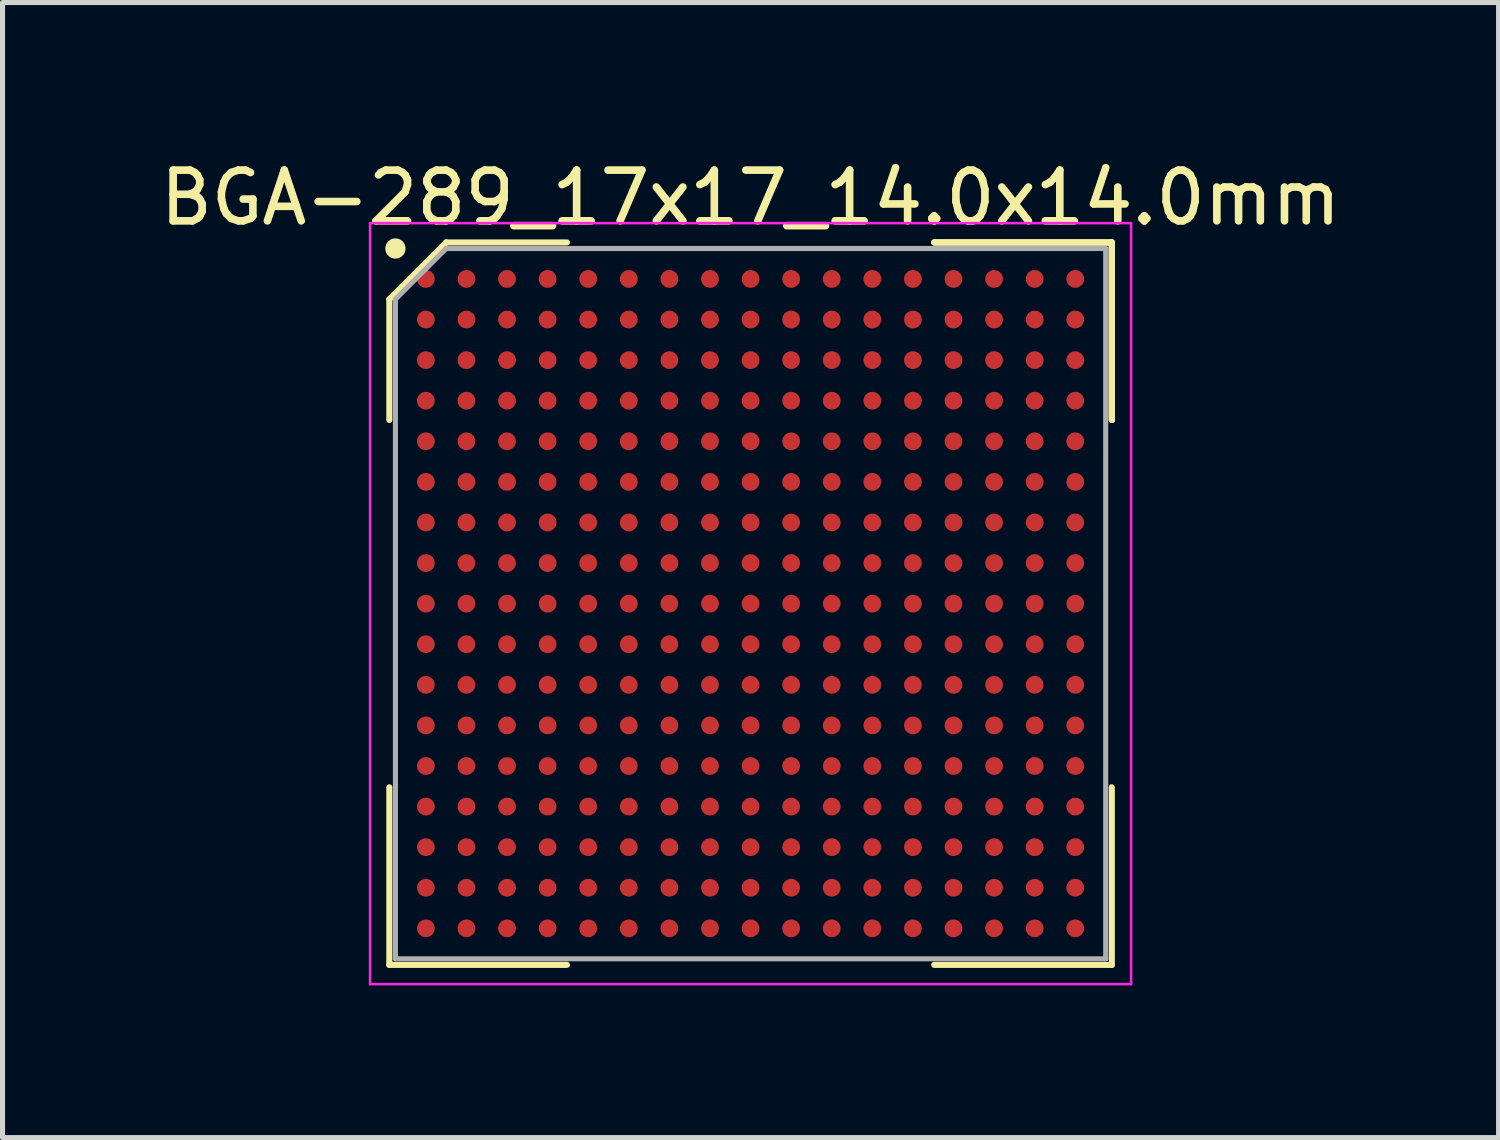
<source format=kicad_pcb>
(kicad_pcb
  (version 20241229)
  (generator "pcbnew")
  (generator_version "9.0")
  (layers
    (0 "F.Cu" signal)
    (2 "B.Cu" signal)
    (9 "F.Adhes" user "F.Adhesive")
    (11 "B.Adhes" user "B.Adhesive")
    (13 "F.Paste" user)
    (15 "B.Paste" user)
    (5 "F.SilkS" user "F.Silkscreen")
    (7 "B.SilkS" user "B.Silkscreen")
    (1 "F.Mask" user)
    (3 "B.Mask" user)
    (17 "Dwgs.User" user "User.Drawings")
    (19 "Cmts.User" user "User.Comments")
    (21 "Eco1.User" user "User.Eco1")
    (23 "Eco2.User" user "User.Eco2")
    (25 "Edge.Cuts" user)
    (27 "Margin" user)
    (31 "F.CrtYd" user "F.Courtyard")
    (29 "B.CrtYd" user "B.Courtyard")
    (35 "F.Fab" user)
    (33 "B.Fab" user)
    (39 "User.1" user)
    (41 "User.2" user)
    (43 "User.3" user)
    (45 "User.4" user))
  (footprint "BGA-289_17x17_14.0x14.0mm"
    (layer "F.Cu")
    (at 11.744 8.848)
    (property "Reference" "BGA-289_17x17_14.0x14.0mm" (at 0 -8 0) (layer "F.SilkS") (effects (font (size 1 1) (thickness 0.15))))
    (attr smd)
    (fp_line (start -7.12 -6) (end -7.12 -3.62) (stroke (width 0.12) (type solid)) (layer "F.SilkS"))
    (fp_line (start -7.12 7.12) (end -7.12 3.62) (stroke (width 0.12) (type solid)) (layer "F.SilkS"))
    (fp_line (start -6 -7.12) (end -7.12 -6) (stroke (width 0.12) (type solid)) (layer "F.SilkS"))
    (fp_line (start -3.62 -7.12) (end -6 -7.12) (stroke (width 0.12) (type solid)) (layer "F.SilkS"))
    (fp_line (start -3.62 7.12) (end -7.12 7.12) (stroke (width 0.12) (type solid)) (layer "F.SilkS"))
    (fp_line (start 3.62 -7.12) (end 7.12 -7.12) (stroke (width 0.12) (type solid)) (layer "F.SilkS"))
    (fp_line (start 3.62 -7.12) (end 7.12 -7.12) (stroke (width 0.12) (type solid)) (layer "F.SilkS"))
    (fp_line (start 3.62 -7.12) (end 7.12 -7.12) (stroke (width 0.12) (type solid)) (layer "F.SilkS"))
    (fp_line (start 3.62 7.12) (end 7.12 7.12) (stroke (width 0.12) (type solid)) (layer "F.SilkS"))
    (fp_line (start 7.12 -7.12) (end 7.12 -3.62) (stroke (width 0.12) (type solid)) (layer "F.SilkS"))
    (fp_line (start 7.12 -7.12) (end 7.12 -3.62) (stroke (width 0.12) (type solid)) (layer "F.SilkS"))
    (fp_line (start 7.12 -7.12) (end 7.12 -3.62) (stroke (width 0.12) (type solid)) (layer "F.SilkS"))
    (fp_line (start 7.12 7.12) (end 7.12 3.62) (stroke (width 0.12) (type solid)) (layer "F.SilkS"))
    (fp_circle (center -7 -7) (end -7 -6.9) (stroke (width 0.2) (type solid)) (fill no) (layer "F.SilkS"))
    (fp_line (start -7.5 -7.5) (end 7.5 -7.5) (stroke (width 0.05) (type solid)) (layer "F.CrtYd"))
    (fp_line (start -7.5 7.5) (end -7.5 -7.5) (stroke (width 0.05) (type solid)) (layer "F.CrtYd"))
    (fp_line (start 7.5 -7.5) (end 7.5 7.5) (stroke (width 0.05) (type solid)) (layer "F.CrtYd"))
    (fp_line (start 7.5 7.5) (end -7.5 7.5) (stroke (width 0.05) (type solid)) (layer "F.CrtYd"))
    (fp_line (start -7 -6) (end -7 7) (stroke (width 0.1) (type solid)) (layer "F.Fab"))
    (fp_line (start -7 7) (end 7 7) (stroke (width 0.1) (type solid)) (layer "F.Fab"))
    (fp_line (start -6 -7) (end -7 -6) (stroke (width 0.1) (type solid)) (layer "F.Fab"))
    (fp_line (start 7 -7) (end -6 -7) (stroke (width 0.1) (type solid)) (layer "F.Fab"))
    (fp_line (start 7 7) (end 7 -7) (stroke (width 0.1) (type solid)) (layer "F.Fab"))
    (pad "A1" smd circle (at -6.4 -6.4) (size 0.35 0.35) (layers "F.Cu" "F.Mask" "F.Paste"))
    (pad "A2" smd circle (at -5.6 -6.4) (size 0.35 0.35) (layers "F.Cu" "F.Mask" "F.Paste"))
    (pad "A3" smd circle (at -4.8 -6.4) (size 0.35 0.35) (layers "F.Cu" "F.Mask" "F.Paste"))
    (pad "A4" smd circle (at -4 -6.4) (size 0.35 0.35) (layers "F.Cu" "F.Mask" "F.Paste"))
    (pad "A5" smd circle (at -3.2 -6.4) (size 0.35 0.35) (layers "F.Cu" "F.Mask" "F.Paste"))
    (pad "A6" smd circle (at -2.4 -6.4) (size 0.35 0.35) (layers "F.Cu" "F.Mask" "F.Paste"))
    (pad "A7" smd circle (at -1.6 -6.4) (size 0.35 0.35) (layers "F.Cu" "F.Mask" "F.Paste"))
    (pad "A8" smd circle (at -0.8 -6.4) (size 0.35 0.35) (layers "F.Cu" "F.Mask" "F.Paste"))
    (pad "A9" smd circle (at 0 -6.4) (size 0.35 0.35) (layers "F.Cu" "F.Mask" "F.Paste"))
    (pad "A10" smd circle (at 0.8 -6.4) (size 0.35 0.35) (layers "F.Cu" "F.Mask" "F.Paste"))
    (pad "A11" smd circle (at 1.6 -6.4) (size 0.35 0.35) (layers "F.Cu" "F.Mask" "F.Paste"))
    (pad "A12" smd circle (at 2.4 -6.4) (size 0.35 0.35) (layers "F.Cu" "F.Mask" "F.Paste"))
    (pad "A13" smd circle (at 3.2 -6.4) (size 0.35 0.35) (layers "F.Cu" "F.Mask" "F.Paste"))
    (pad "A14" smd circle (at 4 -6.4) (size 0.35 0.35) (layers "F.Cu" "F.Mask" "F.Paste"))
    (pad "A15" smd circle (at 4.8 -6.4) (size 0.35 0.35) (layers "F.Cu" "F.Mask" "F.Paste"))
    (pad "A16" smd circle (at 5.6 -6.4) (size 0.35 0.35) (layers "F.Cu" "F.Mask" "F.Paste"))
    (pad "A17" smd circle (at 6.4 -6.4) (size 0.35 0.35) (layers "F.Cu" "F.Mask" "F.Paste"))
    (pad "B1" smd circle (at -6.4 -5.6) (size 0.35 0.35) (layers "F.Cu" "F.Mask" "F.Paste"))
    (pad "B2" smd circle (at -5.6 -5.6) (size 0.35 0.35) (layers "F.Cu" "F.Mask" "F.Paste"))
    (pad "B3" smd circle (at -4.8 -5.6) (size 0.35 0.35) (layers "F.Cu" "F.Mask" "F.Paste"))
    (pad "B4" smd circle (at -4 -5.6) (size 0.35 0.35) (layers "F.Cu" "F.Mask" "F.Paste"))
    (pad "B5" smd circle (at -3.2 -5.6) (size 0.35 0.35) (layers "F.Cu" "F.Mask" "F.Paste"))
    (pad "B6" smd circle (at -2.4 -5.6) (size 0.35 0.35) (layers "F.Cu" "F.Mask" "F.Paste"))
    (pad "B7" smd circle (at -1.6 -5.6) (size 0.35 0.35) (layers "F.Cu" "F.Mask" "F.Paste"))
    (pad "B8" smd circle (at -0.8 -5.6) (size 0.35 0.35) (layers "F.Cu" "F.Mask" "F.Paste"))
    (pad "B9" smd circle (at 0 -5.6) (size 0.35 0.35) (layers "F.Cu" "F.Mask" "F.Paste"))
    (pad "B10" smd circle (at 0.8 -5.6) (size 0.35 0.35) (layers "F.Cu" "F.Mask" "F.Paste"))
    (pad "B11" smd circle (at 1.6 -5.6) (size 0.35 0.35) (layers "F.Cu" "F.Mask" "F.Paste"))
    (pad "B12" smd circle (at 2.4 -5.6) (size 0.35 0.35) (layers "F.Cu" "F.Mask" "F.Paste"))
    (pad "B13" smd circle (at 3.2 -5.6) (size 0.35 0.35) (layers "F.Cu" "F.Mask" "F.Paste"))
    (pad "B14" smd circle (at 4 -5.6) (size 0.35 0.35) (layers "F.Cu" "F.Mask" "F.Paste"))
    (pad "B15" smd circle (at 4.8 -5.6) (size 0.35 0.35) (layers "F.Cu" "F.Mask" "F.Paste"))
    (pad "B16" smd circle (at 5.6 -5.6) (size 0.35 0.35) (layers "F.Cu" "F.Mask" "F.Paste"))
    (pad "B17" smd circle (at 6.4 -5.6) (size 0.35 0.35) (layers "F.Cu" "F.Mask" "F.Paste"))
    (pad "C1" smd circle (at -6.4 -4.8) (size 0.35 0.35) (layers "F.Cu" "F.Mask" "F.Paste"))
    (pad "C2" smd circle (at -5.6 -4.8) (size 0.35 0.35) (layers "F.Cu" "F.Mask" "F.Paste"))
    (pad "C3" smd circle (at -4.8 -4.8) (size 0.35 0.35) (layers "F.Cu" "F.Mask" "F.Paste"))
    (pad "C4" smd circle (at -4 -4.8) (size 0.35 0.35) (layers "F.Cu" "F.Mask" "F.Paste"))
    (pad "C5" smd circle (at -3.2 -4.8) (size 0.35 0.35) (layers "F.Cu" "F.Mask" "F.Paste"))
    (pad "C6" smd circle (at -2.4 -4.8) (size 0.35 0.35) (layers "F.Cu" "F.Mask" "F.Paste"))
    (pad "C7" smd circle (at -1.6 -4.8) (size 0.35 0.35) (layers "F.Cu" "F.Mask" "F.Paste"))
    (pad "C8" smd circle (at -0.8 -4.8) (size 0.35 0.35) (layers "F.Cu" "F.Mask" "F.Paste"))
    (pad "C9" smd circle (at 0 -4.8) (size 0.35 0.35) (layers "F.Cu" "F.Mask" "F.Paste"))
    (pad "C10" smd circle (at 0.8 -4.8) (size 0.35 0.35) (layers "F.Cu" "F.Mask" "F.Paste"))
    (pad "C11" smd circle (at 1.6 -4.8) (size 0.35 0.35) (layers "F.Cu" "F.Mask" "F.Paste"))
    (pad "C12" smd circle (at 2.4 -4.8) (size 0.35 0.35) (layers "F.Cu" "F.Mask" "F.Paste"))
    (pad "C13" smd circle (at 3.2 -4.8) (size 0.35 0.35) (layers "F.Cu" "F.Mask" "F.Paste"))
    (pad "C14" smd circle (at 4 -4.8) (size 0.35 0.35) (layers "F.Cu" "F.Mask" "F.Paste"))
    (pad "C15" smd circle (at 4.8 -4.8) (size 0.35 0.35) (layers "F.Cu" "F.Mask" "F.Paste"))
    (pad "C16" smd circle (at 5.6 -4.8) (size 0.35 0.35) (layers "F.Cu" "F.Mask" "F.Paste"))
    (pad "C17" smd circle (at 6.4 -4.8) (size 0.35 0.35) (layers "F.Cu" "F.Mask" "F.Paste"))
    (pad "D1" smd circle (at -6.4 -4) (size 0.35 0.35) (layers "F.Cu" "F.Mask" "F.Paste"))
    (pad "D2" smd circle (at -5.6 -4) (size 0.35 0.35) (layers "F.Cu" "F.Mask" "F.Paste"))
    (pad "D3" smd circle (at -4.8 -4) (size 0.35 0.35) (layers "F.Cu" "F.Mask" "F.Paste"))
    (pad "D4" smd circle (at -4 -4) (size 0.35 0.35) (layers "F.Cu" "F.Mask" "F.Paste"))
    (pad "D5" smd circle (at -3.2 -4) (size 0.35 0.35) (layers "F.Cu" "F.Mask" "F.Paste"))
    (pad "D6" smd circle (at -2.4 -4) (size 0.35 0.35) (layers "F.Cu" "F.Mask" "F.Paste"))
    (pad "D7" smd circle (at -1.6 -4) (size 0.35 0.35) (layers "F.Cu" "F.Mask" "F.Paste"))
    (pad "D8" smd circle (at -0.8 -4) (size 0.35 0.35) (layers "F.Cu" "F.Mask" "F.Paste"))
    (pad "D9" smd circle (at 0 -4) (size 0.35 0.35) (layers "F.Cu" "F.Mask" "F.Paste"))
    (pad "D10" smd circle (at 0.8 -4) (size 0.35 0.35) (layers "F.Cu" "F.Mask" "F.Paste"))
    (pad "D11" smd circle (at 1.6 -4) (size 0.35 0.35) (layers "F.Cu" "F.Mask" "F.Paste"))
    (pad "D12" smd circle (at 2.4 -4) (size 0.35 0.35) (layers "F.Cu" "F.Mask" "F.Paste"))
    (pad "D13" smd circle (at 3.2 -4) (size 0.35 0.35) (layers "F.Cu" "F.Mask" "F.Paste"))
    (pad "D14" smd circle (at 4 -4) (size 0.35 0.35) (layers "F.Cu" "F.Mask" "F.Paste"))
    (pad "D15" smd circle (at 4.8 -4) (size 0.35 0.35) (layers "F.Cu" "F.Mask" "F.Paste"))
    (pad "D16" smd circle (at 5.6 -4) (size 0.35 0.35) (layers "F.Cu" "F.Mask" "F.Paste"))
    (pad "D17" smd circle (at 6.4 -4) (size 0.35 0.35) (layers "F.Cu" "F.Mask" "F.Paste"))
    (pad "E1" smd circle (at -6.4 -3.2) (size 0.35 0.35) (layers "F.Cu" "F.Mask" "F.Paste"))
    (pad "E2" smd circle (at -5.6 -3.2) (size 0.35 0.35) (layers "F.Cu" "F.Mask" "F.Paste"))
    (pad "E3" smd circle (at -4.8 -3.2) (size 0.35 0.35) (layers "F.Cu" "F.Mask" "F.Paste"))
    (pad "E4" smd circle (at -4 -3.2) (size 0.35 0.35) (layers "F.Cu" "F.Mask" "F.Paste"))
    (pad "E5" smd circle (at -3.2 -3.2) (size 0.35 0.35) (layers "F.Cu" "F.Mask" "F.Paste"))
    (pad "E6" smd circle (at -2.4 -3.2) (size 0.35 0.35) (layers "F.Cu" "F.Mask" "F.Paste"))
    (pad "E7" smd circle (at -1.6 -3.2) (size 0.35 0.35) (layers "F.Cu" "F.Mask" "F.Paste"))
    (pad "E8" smd circle (at -0.8 -3.2) (size 0.35 0.35) (layers "F.Cu" "F.Mask" "F.Paste"))
    (pad "E9" smd circle (at 0 -3.2) (size 0.35 0.35) (layers "F.Cu" "F.Mask" "F.Paste"))
    (pad "E10" smd circle (at 0.8 -3.2) (size 0.35 0.35) (layers "F.Cu" "F.Mask" "F.Paste"))
    (pad "E11" smd circle (at 1.6 -3.2) (size 0.35 0.35) (layers "F.Cu" "F.Mask" "F.Paste"))
    (pad "E12" smd circle (at 2.4 -3.2) (size 0.35 0.35) (layers "F.Cu" "F.Mask" "F.Paste"))
    (pad "E13" smd circle (at 3.2 -3.2) (size 0.35 0.35) (layers "F.Cu" "F.Mask" "F.Paste"))
    (pad "E14" smd circle (at 4 -3.2) (size 0.35 0.35) (layers "F.Cu" "F.Mask" "F.Paste"))
    (pad "E15" smd circle (at 4.8 -3.2) (size 0.35 0.35) (layers "F.Cu" "F.Mask" "F.Paste"))
    (pad "E16" smd circle (at 5.6 -3.2) (size 0.35 0.35) (layers "F.Cu" "F.Mask" "F.Paste"))
    (pad "E17" smd circle (at 6.4 -3.2) (size 0.35 0.35) (layers "F.Cu" "F.Mask" "F.Paste"))
    (pad "F1" smd circle (at -6.4 -2.4) (size 0.35 0.35) (layers "F.Cu" "F.Mask" "F.Paste"))
    (pad "F2" smd circle (at -5.6 -2.4) (size 0.35 0.35) (layers "F.Cu" "F.Mask" "F.Paste"))
    (pad "F3" smd circle (at -4.8 -2.4) (size 0.35 0.35) (layers "F.Cu" "F.Mask" "F.Paste"))
    (pad "F4" smd circle (at -4 -2.4) (size 0.35 0.35) (layers "F.Cu" "F.Mask" "F.Paste"))
    (pad "F5" smd circle (at -3.2 -2.4) (size 0.35 0.35) (layers "F.Cu" "F.Mask" "F.Paste"))
    (pad "F6" smd circle (at -2.4 -2.4) (size 0.35 0.35) (layers "F.Cu" "F.Mask" "F.Paste"))
    (pad "F7" smd circle (at -1.6 -2.4) (size 0.35 0.35) (layers "F.Cu" "F.Mask" "F.Paste"))
    (pad "F8" smd circle (at -0.8 -2.4) (size 0.35 0.35) (layers "F.Cu" "F.Mask" "F.Paste"))
    (pad "F9" smd circle (at 0 -2.4) (size 0.35 0.35) (layers "F.Cu" "F.Mask" "F.Paste"))
    (pad "F10" smd circle (at 0.8 -2.4) (size 0.35 0.35) (layers "F.Cu" "F.Mask" "F.Paste"))
    (pad "F11" smd circle (at 1.6 -2.4) (size 0.35 0.35) (layers "F.Cu" "F.Mask" "F.Paste"))
    (pad "F12" smd circle (at 2.4 -2.4) (size 0.35 0.35) (layers "F.Cu" "F.Mask" "F.Paste"))
    (pad "F13" smd circle (at 3.2 -2.4) (size 0.35 0.35) (layers "F.Cu" "F.Mask" "F.Paste"))
    (pad "F14" smd circle (at 4 -2.4) (size 0.35 0.35) (layers "F.Cu" "F.Mask" "F.Paste"))
    (pad "F15" smd circle (at 4.8 -2.4) (size 0.35 0.35) (layers "F.Cu" "F.Mask" "F.Paste"))
    (pad "F16" smd circle (at 5.6 -2.4) (size 0.35 0.35) (layers "F.Cu" "F.Mask" "F.Paste"))
    (pad "F17" smd circle (at 6.4 -2.4) (size 0.35 0.35) (layers "F.Cu" "F.Mask" "F.Paste"))
    (pad "G1" smd circle (at -6.4 -1.6) (size 0.35 0.35) (layers "F.Cu" "F.Mask" "F.Paste"))
    (pad "G2" smd circle (at -5.6 -1.6) (size 0.35 0.35) (layers "F.Cu" "F.Mask" "F.Paste"))
    (pad "G3" smd circle (at -4.8 -1.6) (size 0.35 0.35) (layers "F.Cu" "F.Mask" "F.Paste"))
    (pad "G4" smd circle (at -4 -1.6) (size 0.35 0.35) (layers "F.Cu" "F.Mask" "F.Paste"))
    (pad "G5" smd circle (at -3.2 -1.6) (size 0.35 0.35) (layers "F.Cu" "F.Mask" "F.Paste"))
    (pad "G6" smd circle (at -2.4 -1.6) (size 0.35 0.35) (layers "F.Cu" "F.Mask" "F.Paste"))
    (pad "G7" smd circle (at -1.6 -1.6) (size 0.35 0.35) (layers "F.Cu" "F.Mask" "F.Paste"))
    (pad "G8" smd circle (at -0.8 -1.6) (size 0.35 0.35) (layers "F.Cu" "F.Mask" "F.Paste"))
    (pad "G9" smd circle (at 0 -1.6) (size 0.35 0.35) (layers "F.Cu" "F.Mask" "F.Paste"))
    (pad "G10" smd circle (at 0.8 -1.6) (size 0.35 0.35) (layers "F.Cu" "F.Mask" "F.Paste"))
    (pad "G11" smd circle (at 1.6 -1.6) (size 0.35 0.35) (layers "F.Cu" "F.Mask" "F.Paste"))
    (pad "G12" smd circle (at 2.4 -1.6) (size 0.35 0.35) (layers "F.Cu" "F.Mask" "F.Paste"))
    (pad "G13" smd circle (at 3.2 -1.6) (size 0.35 0.35) (layers "F.Cu" "F.Mask" "F.Paste"))
    (pad "G14" smd circle (at 4 -1.6) (size 0.35 0.35) (layers "F.Cu" "F.Mask" "F.Paste"))
    (pad "G15" smd circle (at 4.8 -1.6) (size 0.35 0.35) (layers "F.Cu" "F.Mask" "F.Paste"))
    (pad "G16" smd circle (at 5.6 -1.6) (size 0.35 0.35) (layers "F.Cu" "F.Mask" "F.Paste"))
    (pad "G17" smd circle (at 6.4 -1.6) (size 0.35 0.35) (layers "F.Cu" "F.Mask" "F.Paste"))
    (pad "H1" smd circle (at -6.4 -0.8) (size 0.35 0.35) (layers "F.Cu" "F.Mask" "F.Paste"))
    (pad "H2" smd circle (at -5.6 -0.8) (size 0.35 0.35) (layers "F.Cu" "F.Mask" "F.Paste"))
    (pad "H3" smd circle (at -4.8 -0.8) (size 0.35 0.35) (layers "F.Cu" "F.Mask" "F.Paste"))
    (pad "H4" smd circle (at -4 -0.8) (size 0.35 0.35) (layers "F.Cu" "F.Mask" "F.Paste"))
    (pad "H5" smd circle (at -3.2 -0.8) (size 0.35 0.35) (layers "F.Cu" "F.Mask" "F.Paste"))
    (pad "H6" smd circle (at -2.4 -0.8) (size 0.35 0.35) (layers "F.Cu" "F.Mask" "F.Paste"))
    (pad "H7" smd circle (at -1.6 -0.8) (size 0.35 0.35) (layers "F.Cu" "F.Mask" "F.Paste"))
    (pad "H8" smd circle (at -0.8 -0.8) (size 0.35 0.35) (layers "F.Cu" "F.Mask" "F.Paste"))
    (pad "H9" smd circle (at 0 -0.8) (size 0.35 0.35) (layers "F.Cu" "F.Mask" "F.Paste"))
    (pad "H10" smd circle (at 0.8 -0.8) (size 0.35 0.35) (layers "F.Cu" "F.Mask" "F.Paste"))
    (pad "H11" smd circle (at 1.6 -0.8) (size 0.35 0.35) (layers "F.Cu" "F.Mask" "F.Paste"))
    (pad "H12" smd circle (at 2.4 -0.8) (size 0.35 0.35) (layers "F.Cu" "F.Mask" "F.Paste"))
    (pad "H13" smd circle (at 3.2 -0.8) (size 0.35 0.35) (layers "F.Cu" "F.Mask" "F.Paste"))
    (pad "H14" smd circle (at 4 -0.8) (size 0.35 0.35) (layers "F.Cu" "F.Mask" "F.Paste"))
    (pad "H15" smd circle (at 4.8 -0.8) (size 0.35 0.35) (layers "F.Cu" "F.Mask" "F.Paste"))
    (pad "H16" smd circle (at 5.6 -0.8) (size 0.35 0.35) (layers "F.Cu" "F.Mask" "F.Paste"))
    (pad "H17" smd circle (at 6.4 -0.8) (size 0.35 0.35) (layers "F.Cu" "F.Mask" "F.Paste"))
    (pad "J1" smd circle (at -6.4 0) (size 0.35 0.35) (layers "F.Cu" "F.Mask" "F.Paste"))
    (pad "J2" smd circle (at -5.6 0) (size 0.35 0.35) (layers "F.Cu" "F.Mask" "F.Paste"))
    (pad "J3" smd circle (at -4.8 0) (size 0.35 0.35) (layers "F.Cu" "F.Mask" "F.Paste"))
    (pad "J4" smd circle (at -4 0) (size 0.35 0.35) (layers "F.Cu" "F.Mask" "F.Paste"))
    (pad "J5" smd circle (at -3.2 0) (size 0.35 0.35) (layers "F.Cu" "F.Mask" "F.Paste"))
    (pad "J6" smd circle (at -2.4 0) (size 0.35 0.35) (layers "F.Cu" "F.Mask" "F.Paste"))
    (pad "J7" smd circle (at -1.6 0) (size 0.35 0.35) (layers "F.Cu" "F.Mask" "F.Paste"))
    (pad "J8" smd circle (at -0.8 0) (size 0.35 0.35) (layers "F.Cu" "F.Mask" "F.Paste"))
    (pad "J9" smd circle (at 0 0) (size 0.35 0.35) (layers "F.Cu" "F.Mask" "F.Paste"))
    (pad "J10" smd circle (at 0.8 0) (size 0.35 0.35) (layers "F.Cu" "F.Mask" "F.Paste"))
    (pad "J11" smd circle (at 1.6 0) (size 0.35 0.35) (layers "F.Cu" "F.Mask" "F.Paste"))
    (pad "J12" smd circle (at 2.4 0) (size 0.35 0.35) (layers "F.Cu" "F.Mask" "F.Paste"))
    (pad "J13" smd circle (at 3.2 0) (size 0.35 0.35) (layers "F.Cu" "F.Mask" "F.Paste"))
    (pad "J14" smd circle (at 4 0) (size 0.35 0.35) (layers "F.Cu" "F.Mask" "F.Paste"))
    (pad "J15" smd circle (at 4.8 0) (size 0.35 0.35) (layers "F.Cu" "F.Mask" "F.Paste"))
    (pad "J16" smd circle (at 5.6 0) (size 0.35 0.35) (layers "F.Cu" "F.Mask" "F.Paste"))
    (pad "J17" smd circle (at 6.4 0) (size 0.35 0.35) (layers "F.Cu" "F.Mask" "F.Paste"))
    (pad "K1" smd circle (at -6.4 0.8) (size 0.35 0.35) (layers "F.Cu" "F.Mask" "F.Paste"))
    (pad "K2" smd circle (at -5.6 0.8) (size 0.35 0.35) (layers "F.Cu" "F.Mask" "F.Paste"))
    (pad "K3" smd circle (at -4.8 0.8) (size 0.35 0.35) (layers "F.Cu" "F.Mask" "F.Paste"))
    (pad "K4" smd circle (at -4 0.8) (size 0.35 0.35) (layers "F.Cu" "F.Mask" "F.Paste"))
    (pad "K5" smd circle (at -3.2 0.8) (size 0.35 0.35) (layers "F.Cu" "F.Mask" "F.Paste"))
    (pad "K6" smd circle (at -2.4 0.8) (size 0.35 0.35) (layers "F.Cu" "F.Mask" "F.Paste"))
    (pad "K7" smd circle (at -1.6 0.8) (size 0.35 0.35) (layers "F.Cu" "F.Mask" "F.Paste"))
    (pad "K8" smd circle (at -0.8 0.8) (size 0.35 0.35) (layers "F.Cu" "F.Mask" "F.Paste"))
    (pad "K9" smd circle (at 0 0.8) (size 0.35 0.35) (layers "F.Cu" "F.Mask" "F.Paste"))
    (pad "K10" smd circle (at 0.8 0.8) (size 0.35 0.35) (layers "F.Cu" "F.Mask" "F.Paste"))
    (pad "K11" smd circle (at 1.6 0.8) (size 0.35 0.35) (layers "F.Cu" "F.Mask" "F.Paste"))
    (pad "K12" smd circle (at 2.4 0.8) (size 0.35 0.35) (layers "F.Cu" "F.Mask" "F.Paste"))
    (pad "K13" smd circle (at 3.2 0.8) (size 0.35 0.35) (layers "F.Cu" "F.Mask" "F.Paste"))
    (pad "K14" smd circle (at 4 0.8) (size 0.35 0.35) (layers "F.Cu" "F.Mask" "F.Paste"))
    (pad "K15" smd circle (at 4.8 0.8) (size 0.35 0.35) (layers "F.Cu" "F.Mask" "F.Paste"))
    (pad "K16" smd circle (at 5.6 0.8) (size 0.35 0.35) (layers "F.Cu" "F.Mask" "F.Paste"))
    (pad "K17" smd circle (at 6.4 0.8) (size 0.35 0.35) (layers "F.Cu" "F.Mask" "F.Paste"))
    (pad "L1" smd circle (at -6.4 1.6) (size 0.35 0.35) (layers "F.Cu" "F.Mask" "F.Paste"))
    (pad "L2" smd circle (at -5.6 1.6) (size 0.35 0.35) (layers "F.Cu" "F.Mask" "F.Paste"))
    (pad "L3" smd circle (at -4.8 1.6) (size 0.35 0.35) (layers "F.Cu" "F.Mask" "F.Paste"))
    (pad "L4" smd circle (at -4 1.6) (size 0.35 0.35) (layers "F.Cu" "F.Mask" "F.Paste"))
    (pad "L5" smd circle (at -3.2 1.6) (size 0.35 0.35) (layers "F.Cu" "F.Mask" "F.Paste"))
    (pad "L6" smd circle (at -2.4 1.6) (size 0.35 0.35) (layers "F.Cu" "F.Mask" "F.Paste"))
    (pad "L7" smd circle (at -1.6 1.6) (size 0.35 0.35) (layers "F.Cu" "F.Mask" "F.Paste"))
    (pad "L8" smd circle (at -0.8 1.6) (size 0.35 0.35) (layers "F.Cu" "F.Mask" "F.Paste"))
    (pad "L9" smd circle (at 0 1.6) (size 0.35 0.35) (layers "F.Cu" "F.Mask" "F.Paste"))
    (pad "L10" smd circle (at 0.8 1.6) (size 0.35 0.35) (layers "F.Cu" "F.Mask" "F.Paste"))
    (pad "L11" smd circle (at 1.6 1.6) (size 0.35 0.35) (layers "F.Cu" "F.Mask" "F.Paste"))
    (pad "L12" smd circle (at 2.4 1.6) (size 0.35 0.35) (layers "F.Cu" "F.Mask" "F.Paste"))
    (pad "L13" smd circle (at 3.2 1.6) (size 0.35 0.35) (layers "F.Cu" "F.Mask" "F.Paste"))
    (pad "L14" smd circle (at 4 1.6) (size 0.35 0.35) (layers "F.Cu" "F.Mask" "F.Paste"))
    (pad "L15" smd circle (at 4.8 1.6) (size 0.35 0.35) (layers "F.Cu" "F.Mask" "F.Paste"))
    (pad "L16" smd circle (at 5.6 1.6) (size 0.35 0.35) (layers "F.Cu" "F.Mask" "F.Paste"))
    (pad "L17" smd circle (at 6.4 1.6) (size 0.35 0.35) (layers "F.Cu" "F.Mask" "F.Paste"))
    (pad "M1" smd circle (at -6.4 2.4) (size 0.35 0.35) (layers "F.Cu" "F.Mask" "F.Paste"))
    (pad "M2" smd circle (at -5.6 2.4) (size 0.35 0.35) (layers "F.Cu" "F.Mask" "F.Paste"))
    (pad "M3" smd circle (at -4.8 2.4) (size 0.35 0.35) (layers "F.Cu" "F.Mask" "F.Paste"))
    (pad "M4" smd circle (at -4 2.4) (size 0.35 0.35) (layers "F.Cu" "F.Mask" "F.Paste"))
    (pad "M5" smd circle (at -3.2 2.4) (size 0.35 0.35) (layers "F.Cu" "F.Mask" "F.Paste"))
    (pad "M6" smd circle (at -2.4 2.4) (size 0.35 0.35) (layers "F.Cu" "F.Mask" "F.Paste"))
    (pad "M7" smd circle (at -1.6 2.4) (size 0.35 0.35) (layers "F.Cu" "F.Mask" "F.Paste"))
    (pad "M8" smd circle (at -0.8 2.4) (size 0.35 0.35) (layers "F.Cu" "F.Mask" "F.Paste"))
    (pad "M9" smd circle (at 0 2.4) (size 0.35 0.35) (layers "F.Cu" "F.Mask" "F.Paste"))
    (pad "M10" smd circle (at 0.8 2.4) (size 0.35 0.35) (layers "F.Cu" "F.Mask" "F.Paste"))
    (pad "M11" smd circle (at 1.6 2.4) (size 0.35 0.35) (layers "F.Cu" "F.Mask" "F.Paste"))
    (pad "M12" smd circle (at 2.4 2.4) (size 0.35 0.35) (layers "F.Cu" "F.Mask" "F.Paste"))
    (pad "M13" smd circle (at 3.2 2.4) (size 0.35 0.35) (layers "F.Cu" "F.Mask" "F.Paste"))
    (pad "M14" smd circle (at 4 2.4) (size 0.35 0.35) (layers "F.Cu" "F.Mask" "F.Paste"))
    (pad "M15" smd circle (at 4.8 2.4) (size 0.35 0.35) (layers "F.Cu" "F.Mask" "F.Paste"))
    (pad "M16" smd circle (at 5.6 2.4) (size 0.35 0.35) (layers "F.Cu" "F.Mask" "F.Paste"))
    (pad "M17" smd circle (at 6.4 2.4) (size 0.35 0.35) (layers "F.Cu" "F.Mask" "F.Paste"))
    (pad "N1" smd circle (at -6.4 3.2) (size 0.35 0.35) (layers "F.Cu" "F.Mask" "F.Paste"))
    (pad "N2" smd circle (at -5.6 3.2) (size 0.35 0.35) (layers "F.Cu" "F.Mask" "F.Paste"))
    (pad "N3" smd circle (at -4.8 3.2) (size 0.35 0.35) (layers "F.Cu" "F.Mask" "F.Paste"))
    (pad "N4" smd circle (at -4 3.2) (size 0.35 0.35) (layers "F.Cu" "F.Mask" "F.Paste"))
    (pad "N5" smd circle (at -3.2 3.2) (size 0.35 0.35) (layers "F.Cu" "F.Mask" "F.Paste"))
    (pad "N6" smd circle (at -2.4 3.2) (size 0.35 0.35) (layers "F.Cu" "F.Mask" "F.Paste"))
    (pad "N7" smd circle (at -1.6 3.2) (size 0.35 0.35) (layers "F.Cu" "F.Mask" "F.Paste"))
    (pad "N8" smd circle (at -0.8 3.2) (size 0.35 0.35) (layers "F.Cu" "F.Mask" "F.Paste"))
    (pad "N9" smd circle (at 0 3.2) (size 0.35 0.35) (layers "F.Cu" "F.Mask" "F.Paste"))
    (pad "N10" smd circle (at 0.8 3.2) (size 0.35 0.35) (layers "F.Cu" "F.Mask" "F.Paste"))
    (pad "N11" smd circle (at 1.6 3.2) (size 0.35 0.35) (layers "F.Cu" "F.Mask" "F.Paste"))
    (pad "N12" smd circle (at 2.4 3.2) (size 0.35 0.35) (layers "F.Cu" "F.Mask" "F.Paste"))
    (pad "N13" smd circle (at 3.2 3.2) (size 0.35 0.35) (layers "F.Cu" "F.Mask" "F.Paste"))
    (pad "N14" smd circle (at 4 3.2) (size 0.35 0.35) (layers "F.Cu" "F.Mask" "F.Paste"))
    (pad "N15" smd circle (at 4.8 3.2) (size 0.35 0.35) (layers "F.Cu" "F.Mask" "F.Paste"))
    (pad "N16" smd circle (at 5.6 3.2) (size 0.35 0.35) (layers "F.Cu" "F.Mask" "F.Paste"))
    (pad "N17" smd circle (at 6.4 3.2) (size 0.35 0.35) (layers "F.Cu" "F.Mask" "F.Paste"))
    (pad "P1" smd circle (at -6.4 4) (size 0.35 0.35) (layers "F.Cu" "F.Mask" "F.Paste"))
    (pad "P2" smd circle (at -5.6 4) (size 0.35 0.35) (layers "F.Cu" "F.Mask" "F.Paste"))
    (pad "P3" smd circle (at -4.8 4) (size 0.35 0.35) (layers "F.Cu" "F.Mask" "F.Paste"))
    (pad "P4" smd circle (at -4 4) (size 0.35 0.35) (layers "F.Cu" "F.Mask" "F.Paste"))
    (pad "P5" smd circle (at -3.2 4) (size 0.35 0.35) (layers "F.Cu" "F.Mask" "F.Paste"))
    (pad "P6" smd circle (at -2.4 4) (size 0.35 0.35) (layers "F.Cu" "F.Mask" "F.Paste"))
    (pad "P7" smd circle (at -1.6 4) (size 0.35 0.35) (layers "F.Cu" "F.Mask" "F.Paste"))
    (pad "P8" smd circle (at -0.8 4) (size 0.35 0.35) (layers "F.Cu" "F.Mask" "F.Paste"))
    (pad "P9" smd circle (at 0 4) (size 0.35 0.35) (layers "F.Cu" "F.Mask" "F.Paste"))
    (pad "P10" smd circle (at 0.8 4) (size 0.35 0.35) (layers "F.Cu" "F.Mask" "F.Paste"))
    (pad "P11" smd circle (at 1.6 4) (size 0.35 0.35) (layers "F.Cu" "F.Mask" "F.Paste"))
    (pad "P12" smd circle (at 2.4 4) (size 0.35 0.35) (layers "F.Cu" "F.Mask" "F.Paste"))
    (pad "P13" smd circle (at 3.2 4) (size 0.35 0.35) (layers "F.Cu" "F.Mask" "F.Paste"))
    (pad "P14" smd circle (at 4 4) (size 0.35 0.35) (layers "F.Cu" "F.Mask" "F.Paste"))
    (pad "P15" smd circle (at 4.8 4) (size 0.35 0.35) (layers "F.Cu" "F.Mask" "F.Paste"))
    (pad "P16" smd circle (at 5.6 4) (size 0.35 0.35) (layers "F.Cu" "F.Mask" "F.Paste"))
    (pad "P17" smd circle (at 6.4 4) (size 0.35 0.35) (layers "F.Cu" "F.Mask" "F.Paste"))
    (pad "R1" smd circle (at -6.4 4.8) (size 0.35 0.35) (layers "F.Cu" "F.Mask" "F.Paste"))
    (pad "R2" smd circle (at -5.6 4.8) (size 0.35 0.35) (layers "F.Cu" "F.Mask" "F.Paste"))
    (pad "R3" smd circle (at -4.8 4.8) (size 0.35 0.35) (layers "F.Cu" "F.Mask" "F.Paste"))
    (pad "R4" smd circle (at -4 4.8) (size 0.35 0.35) (layers "F.Cu" "F.Mask" "F.Paste"))
    (pad "R5" smd circle (at -3.2 4.8) (size 0.35 0.35) (layers "F.Cu" "F.Mask" "F.Paste"))
    (pad "R6" smd circle (at -2.4 4.8) (size 0.35 0.35) (layers "F.Cu" "F.Mask" "F.Paste"))
    (pad "R7" smd circle (at -1.6 4.8) (size 0.35 0.35) (layers "F.Cu" "F.Mask" "F.Paste"))
    (pad "R8" smd circle (at -0.8 4.8) (size 0.35 0.35) (layers "F.Cu" "F.Mask" "F.Paste"))
    (pad "R9" smd circle (at 0 4.8) (size 0.35 0.35) (layers "F.Cu" "F.Mask" "F.Paste"))
    (pad "R10" smd circle (at 0.8 4.8) (size 0.35 0.35) (layers "F.Cu" "F.Mask" "F.Paste"))
    (pad "R11" smd circle (at 1.6 4.8) (size 0.35 0.35) (layers "F.Cu" "F.Mask" "F.Paste"))
    (pad "R12" smd circle (at 2.4 4.8) (size 0.35 0.35) (layers "F.Cu" "F.Mask" "F.Paste"))
    (pad "R13" smd circle (at 3.2 4.8) (size 0.35 0.35) (layers "F.Cu" "F.Mask" "F.Paste"))
    (pad "R14" smd circle (at 4 4.8) (size 0.35 0.35) (layers "F.Cu" "F.Mask" "F.Paste"))
    (pad "R15" smd circle (at 4.8 4.8) (size 0.35 0.35) (layers "F.Cu" "F.Mask" "F.Paste"))
    (pad "R16" smd circle (at 5.6 4.8) (size 0.35 0.35) (layers "F.Cu" "F.Mask" "F.Paste"))
    (pad "R17" smd circle (at 6.4 4.8) (size 0.35 0.35) (layers "F.Cu" "F.Mask" "F.Paste"))
    (pad "T1" smd circle (at -6.4 5.6) (size 0.35 0.35) (layers "F.Cu" "F.Mask" "F.Paste"))
    (pad "T2" smd circle (at -5.6 5.6) (size 0.35 0.35) (layers "F.Cu" "F.Mask" "F.Paste"))
    (pad "T3" smd circle (at -4.8 5.6) (size 0.35 0.35) (layers "F.Cu" "F.Mask" "F.Paste"))
    (pad "T4" smd circle (at -4 5.6) (size 0.35 0.35) (layers "F.Cu" "F.Mask" "F.Paste"))
    (pad "T5" smd circle (at -3.2 5.6) (size 0.35 0.35) (layers "F.Cu" "F.Mask" "F.Paste"))
    (pad "T6" smd circle (at -2.4 5.6) (size 0.35 0.35) (layers "F.Cu" "F.Mask" "F.Paste"))
    (pad "T7" smd circle (at -1.6 5.6) (size 0.35 0.35) (layers "F.Cu" "F.Mask" "F.Paste"))
    (pad "T8" smd circle (at -0.8 5.6) (size 0.35 0.35) (layers "F.Cu" "F.Mask" "F.Paste"))
    (pad "T9" smd circle (at 0 5.6) (size 0.35 0.35) (layers "F.Cu" "F.Mask" "F.Paste"))
    (pad "T10" smd circle (at 0.8 5.6) (size 0.35 0.35) (layers "F.Cu" "F.Mask" "F.Paste"))
    (pad "T11" smd circle (at 1.6 5.6) (size 0.35 0.35) (layers "F.Cu" "F.Mask" "F.Paste"))
    (pad "T12" smd circle (at 2.4 5.6) (size 0.35 0.35) (layers "F.Cu" "F.Mask" "F.Paste"))
    (pad "T13" smd circle (at 3.2 5.6) (size 0.35 0.35) (layers "F.Cu" "F.Mask" "F.Paste"))
    (pad "T14" smd circle (at 4 5.6) (size 0.35 0.35) (layers "F.Cu" "F.Mask" "F.Paste"))
    (pad "T15" smd circle (at 4.8 5.6) (size 0.35 0.35) (layers "F.Cu" "F.Mask" "F.Paste"))
    (pad "T16" smd circle (at 5.6 5.6) (size 0.35 0.35) (layers "F.Cu" "F.Mask" "F.Paste"))
    (pad "T17" smd circle (at 6.4 5.6) (size 0.35 0.35) (layers "F.Cu" "F.Mask" "F.Paste"))
    (pad "U1" smd circle (at -6.4 6.4) (size 0.35 0.35) (layers "F.Cu" "F.Mask" "F.Paste"))
    (pad "U2" smd circle (at -5.6 6.4) (size 0.35 0.35) (layers "F.Cu" "F.Mask" "F.Paste"))
    (pad "U3" smd circle (at -4.8 6.4) (size 0.35 0.35) (layers "F.Cu" "F.Mask" "F.Paste"))
    (pad "U4" smd circle (at -4 6.4) (size 0.35 0.35) (layers "F.Cu" "F.Mask" "F.Paste"))
    (pad "U5" smd circle (at -3.2 6.4) (size 0.35 0.35) (layers "F.Cu" "F.Mask" "F.Paste"))
    (pad "U6" smd circle (at -2.4 6.4) (size 0.35 0.35) (layers "F.Cu" "F.Mask" "F.Paste"))
    (pad "U7" smd circle (at -1.6 6.4) (size 0.35 0.35) (layers "F.Cu" "F.Mask" "F.Paste"))
    (pad "U8" smd circle (at -0.8 6.4) (size 0.35 0.35) (layers "F.Cu" "F.Mask" "F.Paste"))
    (pad "U9" smd circle (at 0 6.4) (size 0.35 0.35) (layers "F.Cu" "F.Mask" "F.Paste"))
    (pad "U10" smd circle (at 0.8 6.4) (size 0.35 0.35) (layers "F.Cu" "F.Mask" "F.Paste"))
    (pad "U11" smd circle (at 1.6 6.4) (size 0.35 0.35) (layers "F.Cu" "F.Mask" "F.Paste"))
    (pad "U12" smd circle (at 2.4 6.4) (size 0.35 0.35) (layers "F.Cu" "F.Mask" "F.Paste"))
    (pad "U13" smd circle (at 3.2 6.4) (size 0.35 0.35) (layers "F.Cu" "F.Mask" "F.Paste"))
    (pad "U14" smd circle (at 4 6.4) (size 0.35 0.35) (layers "F.Cu" "F.Mask" "F.Paste"))
    (pad "U15" smd circle (at 4.8 6.4) (size 0.35 0.35) (layers "F.Cu" "F.Mask" "F.Paste"))
    (pad "U16" smd circle (at 5.6 6.4) (size 0.35 0.35) (layers "F.Cu" "F.Mask" "F.Paste"))
    (pad "U17" smd circle (at 6.4 6.4) (size 0.35 0.35) (layers "F.Cu" "F.Mask" "F.Paste")))
  (gr_rect
    (start -3 -3)
    (end 26.488 19.373)
    (stroke (width 0.1) (type default))
    (fill no)
    (layer "Edge.Cuts")))
</source>
